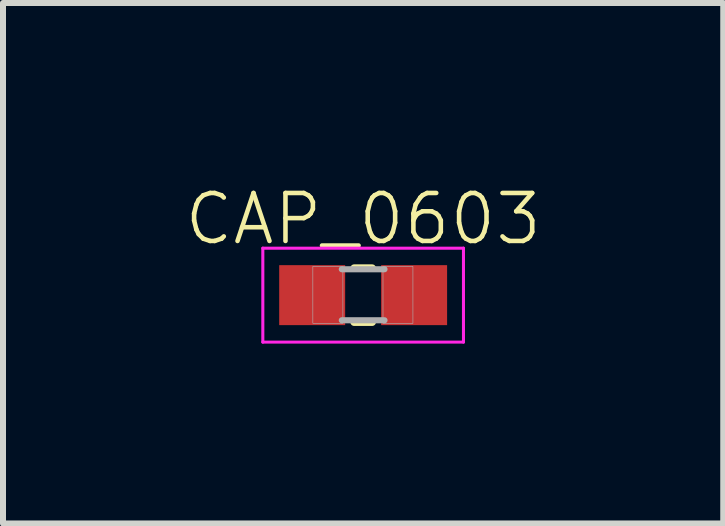
<source format=kicad_pcb>
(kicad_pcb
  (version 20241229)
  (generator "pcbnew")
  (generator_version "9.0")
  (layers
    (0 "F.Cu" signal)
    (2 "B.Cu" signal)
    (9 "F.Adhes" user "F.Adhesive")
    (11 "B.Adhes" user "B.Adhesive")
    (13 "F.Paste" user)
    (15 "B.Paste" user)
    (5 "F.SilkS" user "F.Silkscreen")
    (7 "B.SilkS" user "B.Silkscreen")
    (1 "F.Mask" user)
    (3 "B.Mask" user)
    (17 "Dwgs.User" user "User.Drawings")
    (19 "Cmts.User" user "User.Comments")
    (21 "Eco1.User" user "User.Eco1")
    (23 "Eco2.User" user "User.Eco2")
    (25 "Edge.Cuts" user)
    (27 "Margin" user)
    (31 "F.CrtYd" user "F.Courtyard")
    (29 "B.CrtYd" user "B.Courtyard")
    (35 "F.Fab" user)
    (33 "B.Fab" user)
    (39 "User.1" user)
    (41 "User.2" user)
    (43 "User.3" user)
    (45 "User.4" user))
  (footprint "CAP_0603"
    (layer "F.Cu")
    (at 3.006 1.872)
    (property "Reference" "CAP_0603" (at 0 -1.27 0) (layer "F.SilkS") (effects (font (size 0.8 0.8) (thickness 0.076))))
    (attr through_hole)
    (fp_line (start -0.15 -0.45) (end 0.15 -0.45) (stroke (width 0.127) (type solid)) (layer "F.SilkS"))
    (fp_line (start -0.15 0.45) (end 0.15 0.45) (stroke (width 0.127) (type solid)) (layer "F.SilkS"))
    (fp_line (start -1.673 -0.783) (end 1.673 -0.783) (stroke (width 0.051) (type solid)) (layer "F.CrtYd"))
    (fp_line (start -1.673 0.783) (end -1.673 -0.783) (stroke (width 0.051) (type solid)) (layer "F.CrtYd"))
    (fp_line (start 1.673 -0.783) (end 1.673 0.783) (stroke (width 0.051) (type solid)) (layer "F.CrtYd"))
    (fp_line (start 1.673 0.783) (end -1.673 0.783) (stroke (width 0.051) (type solid)) (layer "F.CrtYd"))
    (fp_line (start -0.356 -0.432) (end 0.356 -0.432) (stroke (width 0.102) (type solid)) (layer "F.Fab"))
    (fp_line (start -0.356 0.419) (end 0.356 0.419) (stroke (width 0.102) (type solid)) (layer "F.Fab"))
    (fp_poly (pts (xy -0.839 -0.48) (xy -0.338 -0.48) (xy -0.338 0.47) (xy -0.839 0.47)) (stroke (width 0.01) (type solid)) (fill no) (layer "F.Fab"))
    (fp_poly (pts (xy 0.331 -0.48) (xy 0.83 -0.48) (xy 0.83 0.471) (xy 0.331 0.471)) (stroke (width 0.01) (type solid)) (fill no) (layer "F.Fab"))
    (pad "1" smd rect (at -0.85 0) (size 1.1 1) (layers "F.Cu" "F.Mask" "F.Paste"))
    (pad "2" smd rect (at 0.85 0) (size 1.1 1) (layers "F.Cu" "F.Mask" "F.Paste")))
  (gr_rect
    (start -3 -3)
    (end 9.011 5.68)
    (stroke (width 0.1) (type default))
    (fill no)
    (layer "Edge.Cuts")))
</source>
